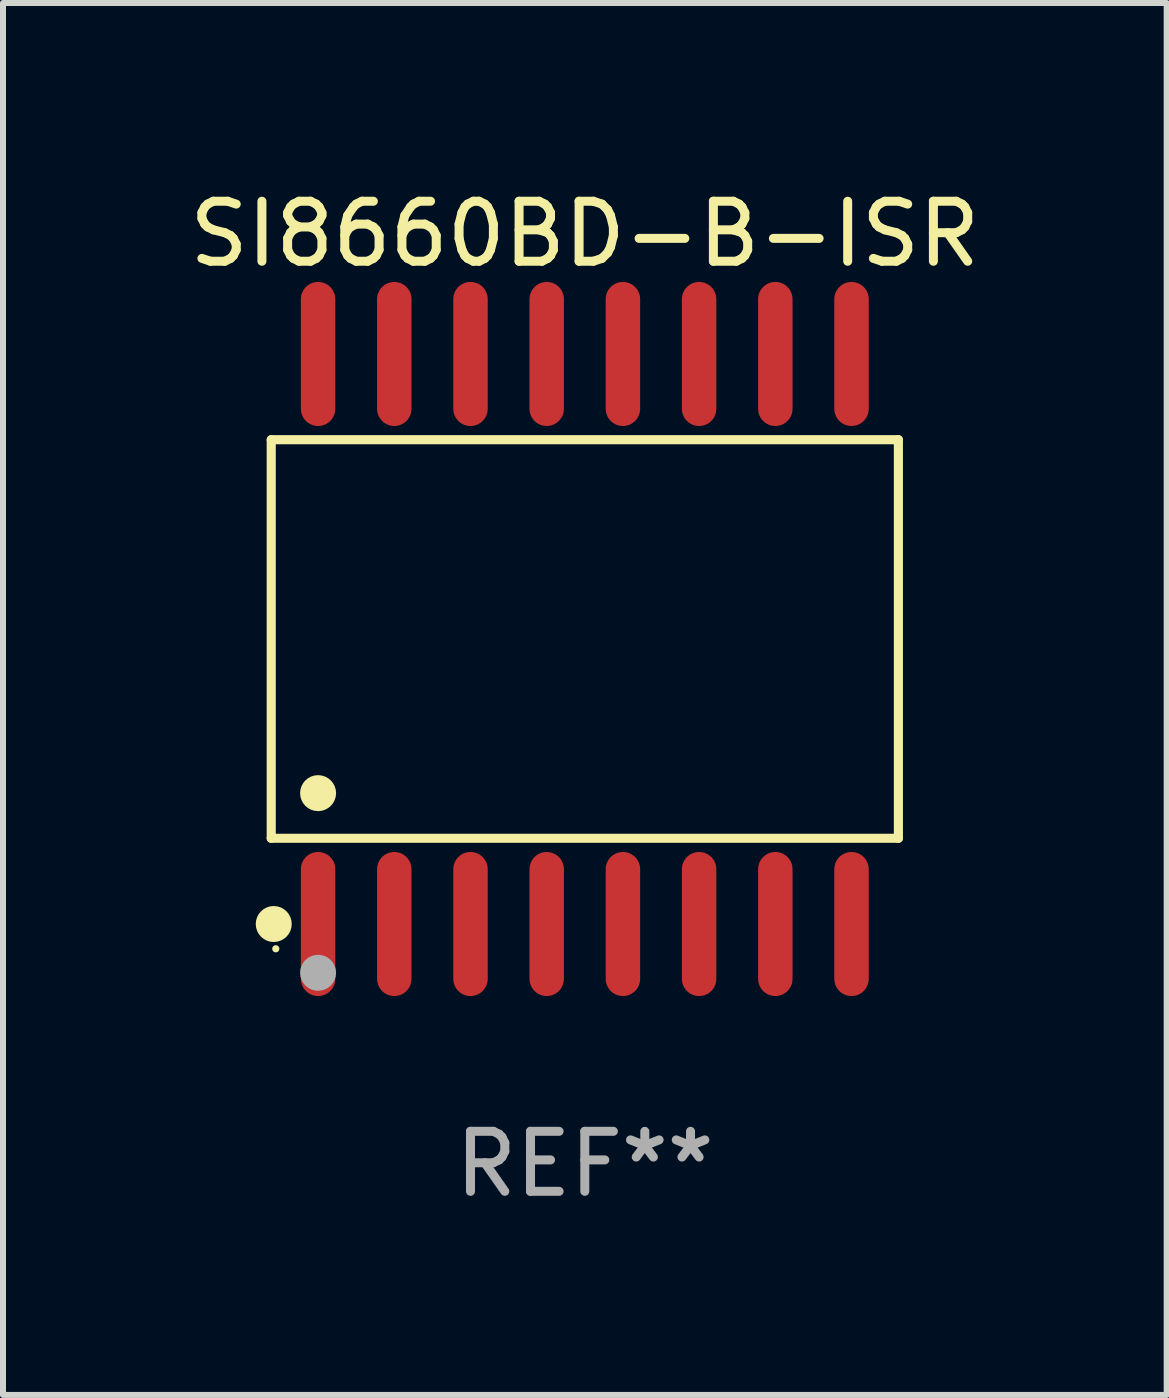
<source format=kicad_pcb>
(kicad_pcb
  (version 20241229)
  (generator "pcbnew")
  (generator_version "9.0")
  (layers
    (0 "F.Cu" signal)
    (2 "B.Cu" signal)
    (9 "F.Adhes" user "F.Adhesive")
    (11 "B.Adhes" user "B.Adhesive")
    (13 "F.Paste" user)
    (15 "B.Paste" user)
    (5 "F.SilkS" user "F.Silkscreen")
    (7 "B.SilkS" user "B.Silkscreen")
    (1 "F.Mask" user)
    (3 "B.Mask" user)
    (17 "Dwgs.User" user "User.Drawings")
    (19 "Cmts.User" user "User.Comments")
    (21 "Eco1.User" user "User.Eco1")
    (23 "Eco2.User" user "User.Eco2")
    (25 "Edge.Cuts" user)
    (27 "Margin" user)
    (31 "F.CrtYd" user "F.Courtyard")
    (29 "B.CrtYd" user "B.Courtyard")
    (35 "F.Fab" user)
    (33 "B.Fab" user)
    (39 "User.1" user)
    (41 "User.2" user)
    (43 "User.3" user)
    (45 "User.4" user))
  (footprint "SI8660BD-B-ISR"
    (layer "F.Cu")
    (at 6.696 7.599)
    (property "Reference" "SI8660BD-B-ISR" (at 0 -6.75 0) (layer "F.SilkS") (effects (font (size 1 1) (thickness 0.15))))
    (attr through_hole)
    (fp_line (start -5.226 -3.321) (end 5.226 -3.321) (stroke (width 0.152) (type solid)) (layer "F.SilkS"))
    (fp_line (start -5.226 3.321) (end -5.226 -3.321) (stroke (width 0.152) (type solid)) (layer "F.SilkS"))
    (fp_line (start 5.226 -3.321) (end 5.226 3.321) (stroke (width 0.152) (type solid)) (layer "F.SilkS"))
    (fp_line (start 5.226 3.321) (end -5.226 3.321) (stroke (width 0.152) (type solid)) (layer "F.SilkS"))
    (fp_circle (center -5.184 4.75) (end -5.034 4.75) (stroke (width 0.3) (type solid)) (fill no) (layer "F.SilkS"))
    (fp_circle (center -5.15 5.163) (end -5.12 5.163) (stroke (width 0.06) (type solid)) (fill no) (layer "F.SilkS"))
    (fp_circle (center -4.445 2.569) (end -4.295 2.569) (stroke (width 0.3) (type solid)) (fill no) (layer "F.SilkS"))
    (fp_circle (center -4.445 5.563) (end -4.295 5.563) (stroke (width 0.3) (type solid)) (fill no) (layer "F.Fab"))
    (fp_text user "REF**" (at 0 8.75 0) (layer "F.Fab") (effects (font (size 1 1) (thickness 0.15))))
    (pad "1" smd oval (at -4.445 4.75) (size 0.574 2.401) (layers "F.Cu" "F.Mask" "F.Paste"))
    (pad "2" smd oval (at -3.175 4.75) (size 0.574 2.401) (layers "F.Cu" "F.Mask" "F.Paste"))
    (pad "3" smd oval (at -1.905 4.75) (size 0.574 2.401) (layers "F.Cu" "F.Mask" "F.Paste"))
    (pad "4" smd oval (at -0.635 4.75) (size 0.574 2.401) (layers "F.Cu" "F.Mask" "F.Paste"))
    (pad "5" smd oval (at 0.635 4.75) (size 0.574 2.401) (layers "F.Cu" "F.Mask" "F.Paste"))
    (pad "6" smd oval (at 1.905 4.75) (size 0.574 2.401) (layers "F.Cu" "F.Mask" "F.Paste"))
    (pad "7" smd oval (at 3.175 4.75) (size 0.574 2.401) (layers "F.Cu" "F.Mask" "F.Paste"))
    (pad "8" smd oval (at 4.445 4.75) (size 0.574 2.401) (layers "F.Cu" "F.Mask" "F.Paste"))
    (pad "9" smd oval (at 4.445 -4.75) (size 0.574 2.401) (layers "F.Cu" "F.Mask" "F.Paste"))
    (pad "10" smd oval (at 3.175 -4.75) (size 0.574 2.401) (layers "F.Cu" "F.Mask" "F.Paste"))
    (pad "11" smd oval (at 1.905 -4.75) (size 0.574 2.401) (layers "F.Cu" "F.Mask" "F.Paste"))
    (pad "12" smd oval (at 0.635 -4.75) (size 0.574 2.401) (layers "F.Cu" "F.Mask" "F.Paste"))
    (pad "13" smd oval (at -0.635 -4.75) (size 0.574 2.401) (layers "F.Cu" "F.Mask" "F.Paste"))
    (pad "14" smd oval (at -1.905 -4.75) (size 0.574 2.401) (layers "F.Cu" "F.Mask" "F.Paste"))
    (pad "15" smd oval (at -3.175 -4.75) (size 0.574 2.401) (layers "F.Cu" "F.Mask" "F.Paste"))
    (pad "16" smd oval (at -4.445 -4.75) (size 0.574 2.401) (layers "F.Cu" "F.Mask" "F.Paste")))
  (gr_rect
    (start -3 -3)
    (end 16.393 20.197)
    (stroke (width 0.1) (type default))
    (fill no)
    (layer "Edge.Cuts")))
</source>
